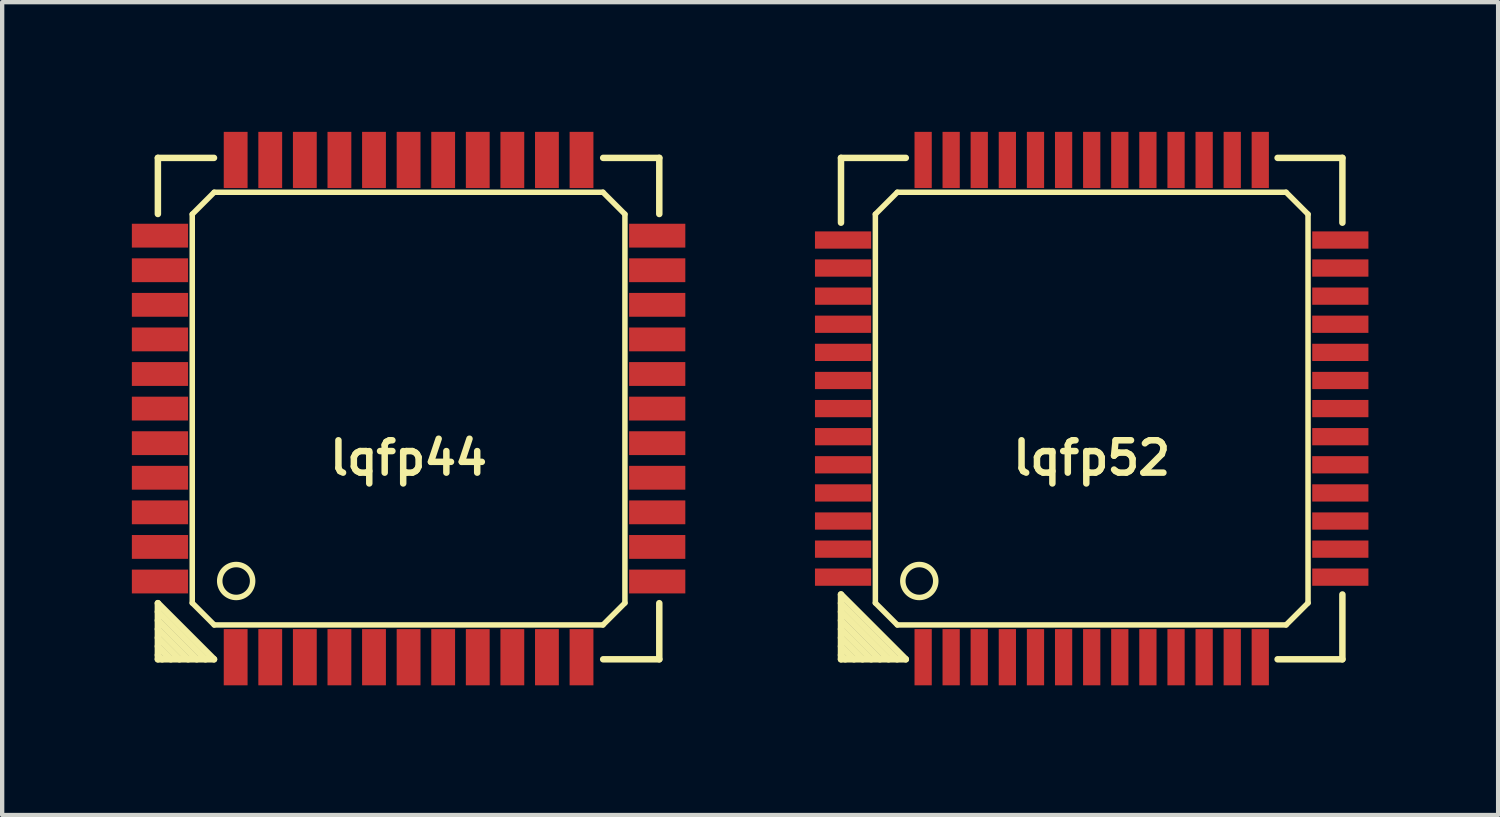
<source format=kicad_pcb>
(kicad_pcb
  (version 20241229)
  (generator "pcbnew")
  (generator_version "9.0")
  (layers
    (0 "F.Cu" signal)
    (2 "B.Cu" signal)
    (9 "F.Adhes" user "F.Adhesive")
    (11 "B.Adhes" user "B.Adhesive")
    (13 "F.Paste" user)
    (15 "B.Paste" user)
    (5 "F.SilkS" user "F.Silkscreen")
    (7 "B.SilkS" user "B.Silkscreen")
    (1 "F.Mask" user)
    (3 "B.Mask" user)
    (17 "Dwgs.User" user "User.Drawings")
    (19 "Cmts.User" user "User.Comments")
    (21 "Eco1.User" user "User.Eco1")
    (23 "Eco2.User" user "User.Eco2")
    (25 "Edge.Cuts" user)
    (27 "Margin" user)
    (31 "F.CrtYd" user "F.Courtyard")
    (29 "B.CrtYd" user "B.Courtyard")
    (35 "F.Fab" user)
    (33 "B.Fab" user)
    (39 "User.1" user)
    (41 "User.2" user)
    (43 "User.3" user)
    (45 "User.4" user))
  (footprint "lqfp44"
    (layer "F.Cu")
    (at 6.401 6.401)
    (property "Reference" "lqfp44" (at 0 1.143 0) (layer "F.SilkS") (effects (font (size 0.749 0.749) (thickness 0.15))))
    (attr smd)
    (fp_line (start -5.799 -5.799) (end -4.501 -5.799) (stroke (width 0.15) (type solid)) (layer "F.SilkS"))
    (fp_line (start -5.799 -4.501) (end -5.799 -5.799) (stroke (width 0.15) (type solid)) (layer "F.SilkS"))
    (fp_line (start -5.799 4.501) (end -4.501 5.799) (stroke (width 0.15) (type solid)) (layer "F.SilkS"))
    (fp_line (start -5.799 4.9) (end -4.9 5.799) (stroke (width 0.15) (type solid)) (layer "F.SilkS"))
    (fp_line (start -5.799 5.301) (end -5.301 5.799) (stroke (width 0.15) (type solid)) (layer "F.SilkS"))
    (fp_line (start -5.799 5.7) (end -5.7 5.799) (stroke (width 0.15) (type solid)) (layer "F.SilkS"))
    (fp_line (start -5.799 5.799) (end -5.799 4.501) (stroke (width 0.15) (type solid)) (layer "F.SilkS"))
    (fp_line (start -5.499 5.799) (end -5.799 5.499) (stroke (width 0.15) (type solid)) (layer "F.SilkS"))
    (fp_line (start -5.1 5.799) (end -5.799 5.1) (stroke (width 0.15) (type solid)) (layer "F.SilkS"))
    (fp_line (start -5.004 -4.496) (end -4.496 -5.004) (stroke (width 0.127) (type solid)) (layer "F.SilkS"))
    (fp_line (start -5.004 4.496) (end -5.004 -4.496) (stroke (width 0.127) (type solid)) (layer "F.SilkS"))
    (fp_line (start -4.699 5.799) (end -5.799 4.699) (stroke (width 0.15) (type solid)) (layer "F.SilkS"))
    (fp_line (start -4.501 5.799) (end -5.799 5.799) (stroke (width 0.15) (type solid)) (layer "F.SilkS"))
    (fp_line (start -4.496 -5.004) (end 4.496 -5.004) (stroke (width 0.127) (type solid)) (layer "F.SilkS"))
    (fp_line (start -4.496 5.004) (end -5.004 4.496) (stroke (width 0.127) (type solid)) (layer "F.SilkS"))
    (fp_line (start 4.496 -5.004) (end 5.004 -4.496) (stroke (width 0.127) (type solid)) (layer "F.SilkS"))
    (fp_line (start 4.496 5.004) (end -4.496 5.004) (stroke (width 0.127) (type solid)) (layer "F.SilkS"))
    (fp_line (start 4.501 -5.799) (end 5.799 -5.799) (stroke (width 0.15) (type solid)) (layer "F.SilkS"))
    (fp_line (start 5.004 4.496) (end 4.496 5.004) (stroke (width 0.127) (type solid)) (layer "F.SilkS"))
    (fp_line (start 5.004 4.496) (end 5.004 -4.496) (stroke (width 0.127) (type solid)) (layer "F.SilkS"))
    (fp_line (start 5.799 -5.799) (end 5.799 -4.501) (stroke (width 0.15) (type solid)) (layer "F.SilkS"))
    (fp_line (start 5.799 4.501) (end 5.799 5.799) (stroke (width 0.15) (type solid)) (layer "F.SilkS"))
    (fp_line (start 5.799 5.799) (end 4.501 5.799) (stroke (width 0.15) (type solid)) (layer "F.SilkS"))
    (fp_circle (center -3.988 3.988) (end -4.216 4.293) (stroke (width 0.127) (type solid)) (fill no) (layer "F.SilkS"))
    (pad "1" smd rect (at -4 5.751) (size 0.551 1.3) (layers "F.Cu" "F.Mask" "F.Paste"))
    (pad "2" smd rect (at -3.2 5.751) (size 0.551 1.3) (layers "F.Cu" "F.Mask" "F.Paste"))
    (pad "3" smd rect (at -2.4 5.751) (size 0.551 1.3) (layers "F.Cu" "F.Mask" "F.Paste"))
    (pad "4" smd rect (at -1.6 5.751) (size 0.551 1.3) (layers "F.Cu" "F.Mask" "F.Paste"))
    (pad "5" smd rect (at -0.8 5.751) (size 0.551 1.3) (layers "F.Cu" "F.Mask" "F.Paste"))
    (pad "6" smd rect (at 0 5.751) (size 0.551 1.3) (layers "F.Cu" "F.Mask" "F.Paste"))
    (pad "7" smd rect (at 0.8 5.751) (size 0.551 1.3) (layers "F.Cu" "F.Mask" "F.Paste"))
    (pad "8" smd rect (at 1.6 5.751) (size 0.551 1.3) (layers "F.Cu" "F.Mask" "F.Paste"))
    (pad "9" smd rect (at 2.4 5.751) (size 0.551 1.3) (layers "F.Cu" "F.Mask" "F.Paste"))
    (pad "10" smd rect (at 3.2 5.751) (size 0.551 1.3) (layers "F.Cu" "F.Mask" "F.Paste"))
    (pad "11" smd rect (at 4 5.751) (size 0.551 1.3) (layers "F.Cu" "F.Mask" "F.Paste"))
    (pad "12" smd rect (at 5.751 4) (size 1.3 0.551) (layers "F.Cu" "F.Mask" "F.Paste"))
    (pad "13" smd rect (at 5.751 3.2) (size 1.3 0.551) (layers "F.Cu" "F.Mask" "F.Paste"))
    (pad "14" smd rect (at 5.751 2.4) (size 1.3 0.551) (layers "F.Cu" "F.Mask" "F.Paste"))
    (pad "15" smd rect (at 5.751 1.6) (size 1.3 0.551) (layers "F.Cu" "F.Mask" "F.Paste"))
    (pad "16" smd rect (at 5.751 0.8) (size 1.3 0.551) (layers "F.Cu" "F.Mask" "F.Paste"))
    (pad "17" smd rect (at 5.751 0) (size 1.3 0.551) (layers "F.Cu" "F.Mask" "F.Paste"))
    (pad "18" smd rect (at 5.751 -0.8) (size 1.3 0.551) (layers "F.Cu" "F.Mask" "F.Paste"))
    (pad "19" smd rect (at 5.751 -1.6) (size 1.3 0.551) (layers "F.Cu" "F.Mask" "F.Paste"))
    (pad "20" smd rect (at 5.751 -2.4) (size 1.3 0.551) (layers "F.Cu" "F.Mask" "F.Paste"))
    (pad "21" smd rect (at 5.751 -3.2) (size 1.3 0.551) (layers "F.Cu" "F.Mask" "F.Paste"))
    (pad "22" smd rect (at 5.751 -4) (size 1.3 0.551) (layers "F.Cu" "F.Mask" "F.Paste"))
    (pad "23" smd rect (at 4 -5.751) (size 0.551 1.3) (layers "F.Cu" "F.Mask" "F.Paste"))
    (pad "24" smd rect (at 3.2 -5.751) (size 0.551 1.3) (layers "F.Cu" "F.Mask" "F.Paste"))
    (pad "25" smd rect (at 2.4 -5.751) (size 0.551 1.3) (layers "F.Cu" "F.Mask" "F.Paste"))
    (pad "26" smd rect (at 1.6 -5.751) (size 0.551 1.3) (layers "F.Cu" "F.Mask" "F.Paste"))
    (pad "27" smd rect (at 0.8 -5.751) (size 0.551 1.3) (layers "F.Cu" "F.Mask" "F.Paste"))
    (pad "28" smd rect (at 0 -5.751) (size 0.551 1.3) (layers "F.Cu" "F.Mask" "F.Paste"))
    (pad "29" smd rect (at -0.8 -5.751) (size 0.551 1.3) (layers "F.Cu" "F.Mask" "F.Paste"))
    (pad "30" smd rect (at -1.6 -5.751) (size 0.551 1.3) (layers "F.Cu" "F.Mask" "F.Paste"))
    (pad "31" smd rect (at -2.4 -5.751) (size 0.551 1.3) (layers "F.Cu" "F.Mask" "F.Paste"))
    (pad "32" smd rect (at -3.2 -5.751) (size 0.551 1.3) (layers "F.Cu" "F.Mask" "F.Paste"))
    (pad "33" smd rect (at -4 -5.751) (size 0.551 1.3) (layers "F.Cu" "F.Mask" "F.Paste"))
    (pad "34" smd rect (at -5.751 -4) (size 1.3 0.551) (layers "F.Cu" "F.Mask" "F.Paste"))
    (pad "35" smd rect (at -5.751 -3.2) (size 1.3 0.551) (layers "F.Cu" "F.Mask" "F.Paste"))
    (pad "36" smd rect (at -5.751 -2.4) (size 1.3 0.551) (layers "F.Cu" "F.Mask" "F.Paste"))
    (pad "37" smd rect (at -5.751 -1.6) (size 1.3 0.551) (layers "F.Cu" "F.Mask" "F.Paste"))
    (pad "38" smd rect (at -5.751 -0.8) (size 1.3 0.551) (layers "F.Cu" "F.Mask" "F.Paste"))
    (pad "39" smd rect (at -5.751 0) (size 1.3 0.551) (layers "F.Cu" "F.Mask" "F.Paste"))
    (pad "40" smd rect (at -5.751 0.8) (size 1.3 0.551) (layers "F.Cu" "F.Mask" "F.Paste"))
    (pad "41" smd rect (at -5.751 1.6) (size 1.3 0.551) (layers "F.Cu" "F.Mask" "F.Paste"))
    (pad "42" smd rect (at -5.751 2.4) (size 1.3 0.551) (layers "F.Cu" "F.Mask" "F.Paste"))
    (pad "43" smd rect (at -5.751 3.2) (size 1.3 0.551) (layers "F.Cu" "F.Mask" "F.Paste"))
    (pad "44" smd rect (at -5.751 4) (size 1.3 0.551) (layers "F.Cu" "F.Mask" "F.Paste")))
  (footprint "lqfp52"
    (layer "F.Cu")
    (at 22.202 6.401)
    (property "Reference" "lqfp52" (at 0 1.143 0) (layer "F.SilkS") (effects (font (size 0.749 0.749) (thickness 0.15))))
    (attr smd)
    (fp_line (start -5.799 -5.799) (end -4.3 -5.799) (stroke (width 0.15) (type solid)) (layer "F.SilkS"))
    (fp_line (start -5.799 -4.3) (end -5.799 -5.799) (stroke (width 0.15) (type solid)) (layer "F.SilkS"))
    (fp_line (start -5.799 4.3) (end -4.3 5.799) (stroke (width 0.15) (type solid)) (layer "F.SilkS"))
    (fp_line (start -5.799 4.699) (end -4.699 5.799) (stroke (width 0.15) (type solid)) (layer "F.SilkS"))
    (fp_line (start -5.799 5.1) (end -5.1 5.799) (stroke (width 0.15) (type solid)) (layer "F.SilkS"))
    (fp_line (start -5.799 5.499) (end -5.499 5.799) (stroke (width 0.15) (type solid)) (layer "F.SilkS"))
    (fp_line (start -5.799 5.799) (end -5.799 4.3) (stroke (width 0.15) (type solid)) (layer "F.SilkS"))
    (fp_line (start -5.7 5.799) (end -5.799 5.7) (stroke (width 0.15) (type solid)) (layer "F.SilkS"))
    (fp_line (start -5.301 5.799) (end -5.799 5.301) (stroke (width 0.15) (type solid)) (layer "F.SilkS"))
    (fp_line (start -5.004 -4.496) (end -4.496 -5.004) (stroke (width 0.127) (type solid)) (layer "F.SilkS"))
    (fp_line (start -5.004 4.496) (end -5.004 -4.496) (stroke (width 0.127) (type solid)) (layer "F.SilkS"))
    (fp_line (start -4.9 5.799) (end -5.799 4.9) (stroke (width 0.15) (type solid)) (layer "F.SilkS"))
    (fp_line (start -4.501 5.799) (end -5.799 4.501) (stroke (width 0.15) (type solid)) (layer "F.SilkS"))
    (fp_line (start -4.496 -5.004) (end 4.496 -5.004) (stroke (width 0.127) (type solid)) (layer "F.SilkS"))
    (fp_line (start -4.496 5.004) (end -5.004 4.496) (stroke (width 0.127) (type solid)) (layer "F.SilkS"))
    (fp_line (start -4.3 5.799) (end -5.799 5.799) (stroke (width 0.15) (type solid)) (layer "F.SilkS"))
    (fp_line (start 4.3 -5.799) (end 5.799 -5.799) (stroke (width 0.15) (type solid)) (layer "F.SilkS"))
    (fp_line (start 4.496 -5.004) (end 5.004 -4.496) (stroke (width 0.127) (type solid)) (layer "F.SilkS"))
    (fp_line (start 4.496 5.004) (end -4.496 5.004) (stroke (width 0.127) (type solid)) (layer "F.SilkS"))
    (fp_line (start 5.004 4.496) (end 4.496 5.004) (stroke (width 0.127) (type solid)) (layer "F.SilkS"))
    (fp_line (start 5.004 4.496) (end 5.004 -4.496) (stroke (width 0.127) (type solid)) (layer "F.SilkS"))
    (fp_line (start 5.799 -5.799) (end 5.799 -4.3) (stroke (width 0.15) (type solid)) (layer "F.SilkS"))
    (fp_line (start 5.799 4.3) (end 5.799 5.799) (stroke (width 0.15) (type solid)) (layer "F.SilkS"))
    (fp_line (start 5.799 5.799) (end 4.3 5.799) (stroke (width 0.15) (type solid)) (layer "F.SilkS"))
    (fp_circle (center -3.988 3.988) (end -4.216 4.293) (stroke (width 0.127) (type solid)) (fill no) (layer "F.SilkS"))
    (pad "1" smd rect (at -3.899 5.751) (size 0.399 1.3) (layers "F.Cu" "F.Mask" "F.Paste"))
    (pad "2" smd rect (at -3.251 5.751) (size 0.399 1.3) (layers "F.Cu" "F.Mask" "F.Paste"))
    (pad "3" smd rect (at -2.601 5.751) (size 0.399 1.3) (layers "F.Cu" "F.Mask" "F.Paste"))
    (pad "4" smd rect (at -1.951 5.751) (size 0.399 1.3) (layers "F.Cu" "F.Mask" "F.Paste"))
    (pad "5" smd rect (at -1.3 5.751) (size 0.399 1.3) (layers "F.Cu" "F.Mask" "F.Paste"))
    (pad "6" smd rect (at -0.65 5.751) (size 0.399 1.3) (layers "F.Cu" "F.Mask" "F.Paste"))
    (pad "7" smd rect (at 0 5.751) (size 0.399 1.3) (layers "F.Cu" "F.Mask" "F.Paste"))
    (pad "8" smd rect (at 0.65 5.751) (size 0.399 1.3) (layers "F.Cu" "F.Mask" "F.Paste"))
    (pad "9" smd rect (at 1.3 5.751) (size 0.399 1.3) (layers "F.Cu" "F.Mask" "F.Paste"))
    (pad "10" smd rect (at 1.951 5.751) (size 0.399 1.3) (layers "F.Cu" "F.Mask" "F.Paste"))
    (pad "11" smd rect (at 2.601 5.751) (size 0.399 1.3) (layers "F.Cu" "F.Mask" "F.Paste"))
    (pad "12" smd rect (at 3.251 5.751) (size 0.399 1.3) (layers "F.Cu" "F.Mask" "F.Paste"))
    (pad "13" smd rect (at 3.899 5.751) (size 0.399 1.3) (layers "F.Cu" "F.Mask" "F.Paste"))
    (pad "14" smd rect (at 5.751 3.899) (size 1.3 0.399) (layers "F.Cu" "F.Mask" "F.Paste"))
    (pad "15" smd rect (at 5.751 3.251) (size 1.3 0.399) (layers "F.Cu" "F.Mask" "F.Paste"))
    (pad "16" smd rect (at 5.751 2.601) (size 1.3 0.399) (layers "F.Cu" "F.Mask" "F.Paste"))
    (pad "17" smd rect (at 5.751 1.951) (size 1.3 0.399) (layers "F.Cu" "F.Mask" "F.Paste"))
    (pad "18" smd rect (at 5.751 1.3) (size 1.3 0.399) (layers "F.Cu" "F.Mask" "F.Paste"))
    (pad "19" smd rect (at 5.751 0.65) (size 1.3 0.399) (layers "F.Cu" "F.Mask" "F.Paste"))
    (pad "20" smd rect (at 5.751 0) (size 1.3 0.399) (layers "F.Cu" "F.Mask" "F.Paste"))
    (pad "21" smd rect (at 5.751 -0.65) (size 1.3 0.399) (layers "F.Cu" "F.Mask" "F.Paste"))
    (pad "22" smd rect (at 5.751 -1.3) (size 1.3 0.399) (layers "F.Cu" "F.Mask" "F.Paste"))
    (pad "23" smd rect (at 5.751 -1.951) (size 1.3 0.399) (layers "F.Cu" "F.Mask" "F.Paste"))
    (pad "24" smd rect (at 5.751 -2.601) (size 1.3 0.399) (layers "F.Cu" "F.Mask" "F.Paste"))
    (pad "25" smd rect (at 5.751 -3.251) (size 1.3 0.399) (layers "F.Cu" "F.Mask" "F.Paste"))
    (pad "26" smd rect (at 5.751 -3.899) (size 1.3 0.399) (layers "F.Cu" "F.Mask" "F.Paste"))
    (pad "27" smd rect (at 3.899 -5.751) (size 0.399 1.3) (layers "F.Cu" "F.Mask" "F.Paste"))
    (pad "28" smd rect (at 3.251 -5.751) (size 0.399 1.3) (layers "F.Cu" "F.Mask" "F.Paste"))
    (pad "29" smd rect (at 2.601 -5.751) (size 0.399 1.3) (layers "F.Cu" "F.Mask" "F.Paste"))
    (pad "30" smd rect (at 1.951 -5.751) (size 0.399 1.3) (layers "F.Cu" "F.Mask" "F.Paste"))
    (pad "31" smd rect (at 1.3 -5.751) (size 0.399 1.3) (layers "F.Cu" "F.Mask" "F.Paste"))
    (pad "32" smd rect (at 0.65 -5.751) (size 0.399 1.3) (layers "F.Cu" "F.Mask" "F.Paste"))
    (pad "33" smd rect (at 0 -5.751) (size 0.399 1.3) (layers "F.Cu" "F.Mask" "F.Paste"))
    (pad "34" smd rect (at -0.65 -5.751) (size 0.399 1.3) (layers "F.Cu" "F.Mask" "F.Paste"))
    (pad "35" smd rect (at -1.3 -5.751) (size 0.399 1.3) (layers "F.Cu" "F.Mask" "F.Paste"))
    (pad "36" smd rect (at -1.951 -5.751) (size 0.399 1.3) (layers "F.Cu" "F.Mask" "F.Paste"))
    (pad "37" smd rect (at -2.601 -5.751) (size 0.399 1.3) (layers "F.Cu" "F.Mask" "F.Paste"))
    (pad "38" smd rect (at -3.251 -5.751) (size 0.399 1.3) (layers "F.Cu" "F.Mask" "F.Paste"))
    (pad "39" smd rect (at -3.899 -5.751) (size 0.399 1.3) (layers "F.Cu" "F.Mask" "F.Paste"))
    (pad "40" smd rect (at -5.751 -3.899) (size 1.3 0.399) (layers "F.Cu" "F.Mask" "F.Paste"))
    (pad "41" smd rect (at -5.751 -3.251) (size 1.3 0.399) (layers "F.Cu" "F.Mask" "F.Paste"))
    (pad "42" smd rect (at -5.751 -2.601) (size 1.3 0.399) (layers "F.Cu" "F.Mask" "F.Paste"))
    (pad "43" smd rect (at -5.751 -1.951) (size 1.3 0.399) (layers "F.Cu" "F.Mask" "F.Paste"))
    (pad "44" smd rect (at -5.751 -1.3) (size 1.3 0.399) (layers "F.Cu" "F.Mask" "F.Paste"))
    (pad "45" smd rect (at -5.751 -0.65) (size 1.3 0.399) (layers "F.Cu" "F.Mask" "F.Paste"))
    (pad "46" smd rect (at -5.751 0) (size 1.3 0.399) (layers "F.Cu" "F.Mask" "F.Paste"))
    (pad "47" smd rect (at -5.751 0.65) (size 1.3 0.399) (layers "F.Cu" "F.Mask" "F.Paste"))
    (pad "48" smd rect (at -5.751 1.3) (size 1.3 0.399) (layers "F.Cu" "F.Mask" "F.Paste"))
    (pad "49" smd rect (at -5.751 1.951) (size 1.3 0.399) (layers "F.Cu" "F.Mask" "F.Paste"))
    (pad "50" smd rect (at -5.751 2.601) (size 1.3 0.399) (layers "F.Cu" "F.Mask" "F.Paste"))
    (pad "51" smd rect (at -5.751 3.251) (size 1.3 0.399) (layers "F.Cu" "F.Mask" "F.Paste"))
    (pad "52" smd rect (at -5.751 3.899) (size 1.3 0.399) (layers "F.Cu" "F.Mask" "F.Paste")))
  (gr_rect
    (start -3 -3)
    (end 31.603 15.802)
    (stroke (width 0.1) (type default))
    (fill no)
    (layer "Edge.Cuts")))
</source>
